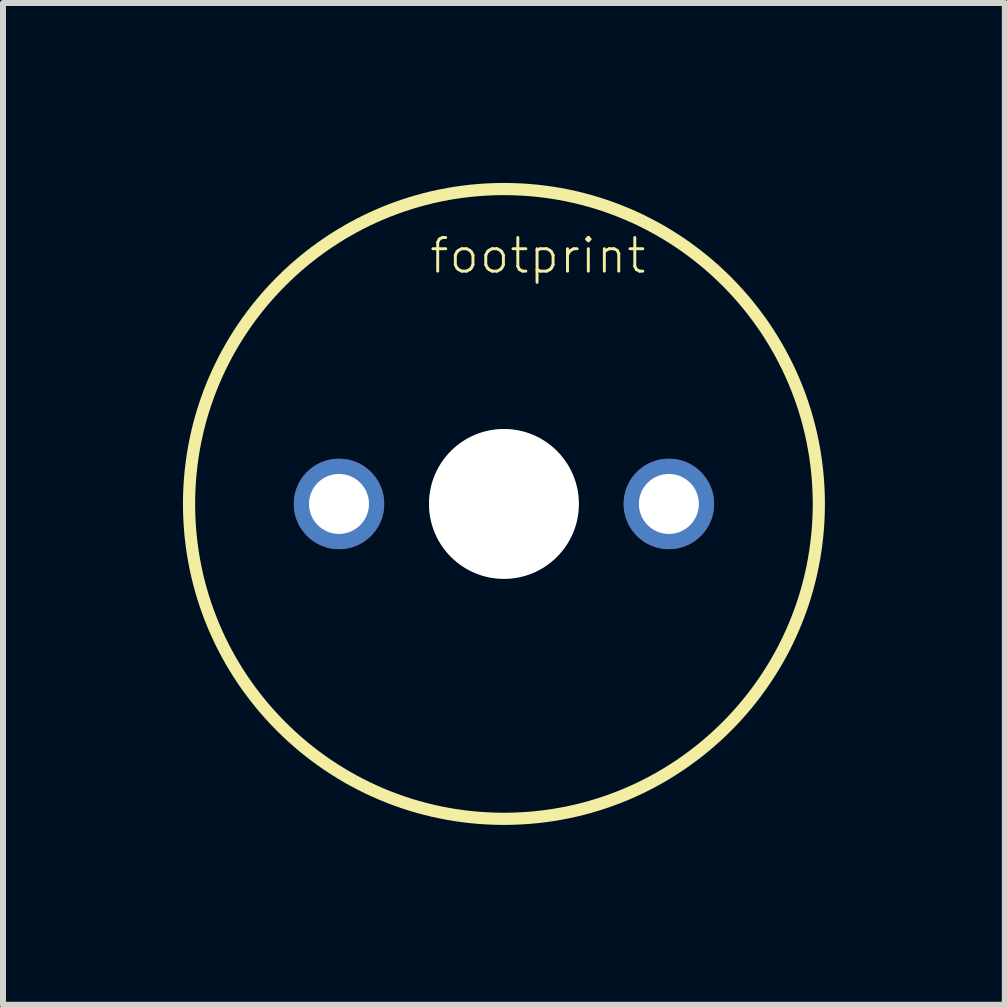
<source format=kicad_pcb>
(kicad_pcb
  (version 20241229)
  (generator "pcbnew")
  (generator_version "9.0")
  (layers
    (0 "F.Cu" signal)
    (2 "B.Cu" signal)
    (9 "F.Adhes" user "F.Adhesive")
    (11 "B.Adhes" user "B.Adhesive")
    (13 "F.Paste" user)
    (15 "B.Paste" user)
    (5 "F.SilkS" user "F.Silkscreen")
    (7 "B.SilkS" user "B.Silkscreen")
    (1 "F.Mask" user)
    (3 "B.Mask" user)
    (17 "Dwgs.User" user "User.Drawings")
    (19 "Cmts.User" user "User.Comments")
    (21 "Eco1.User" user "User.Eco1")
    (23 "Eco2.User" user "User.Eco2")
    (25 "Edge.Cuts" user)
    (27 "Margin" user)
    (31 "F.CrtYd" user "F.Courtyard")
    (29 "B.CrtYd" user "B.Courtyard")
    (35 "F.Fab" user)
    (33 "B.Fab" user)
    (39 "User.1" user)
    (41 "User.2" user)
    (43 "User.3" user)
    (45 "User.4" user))
  (footprint "footprint"
    (layer "F.Cu")
    (at 5.352 5.352)
    (property "Reference" "footprint" (at -1.27 -3.81 0) (layer "F.SilkS") (effects (font (size 0.561 0.561) (thickness 0.049)) (justify left bottom)))
    (fp_circle (center 0 0) (end 5.25 0) (stroke (width 0.203) (type solid)) (fill no) (layer "F.SilkS"))
    (pad "" np_thru_hole circle (at 0 0) (size 2.5 2.5) (drill 2.5) (layers "*.Cu" "*.Mask"))
    (pad "1" thru_hole circle (at -2.75 0) (size 1.508 1.508) (drill 1) (layers "*.Cu" "*.Mask"))
    (pad "2" thru_hole circle (at 2.75 0) (size 1.508 1.508) (drill 1) (layers "*.Cu" "*.Mask")))
  (gr_rect
    (start -3 -3)
    (end 13.703 13.703)
    (stroke (width 0.1) (type default))
    (fill no)
    (layer "Edge.Cuts")))
</source>
